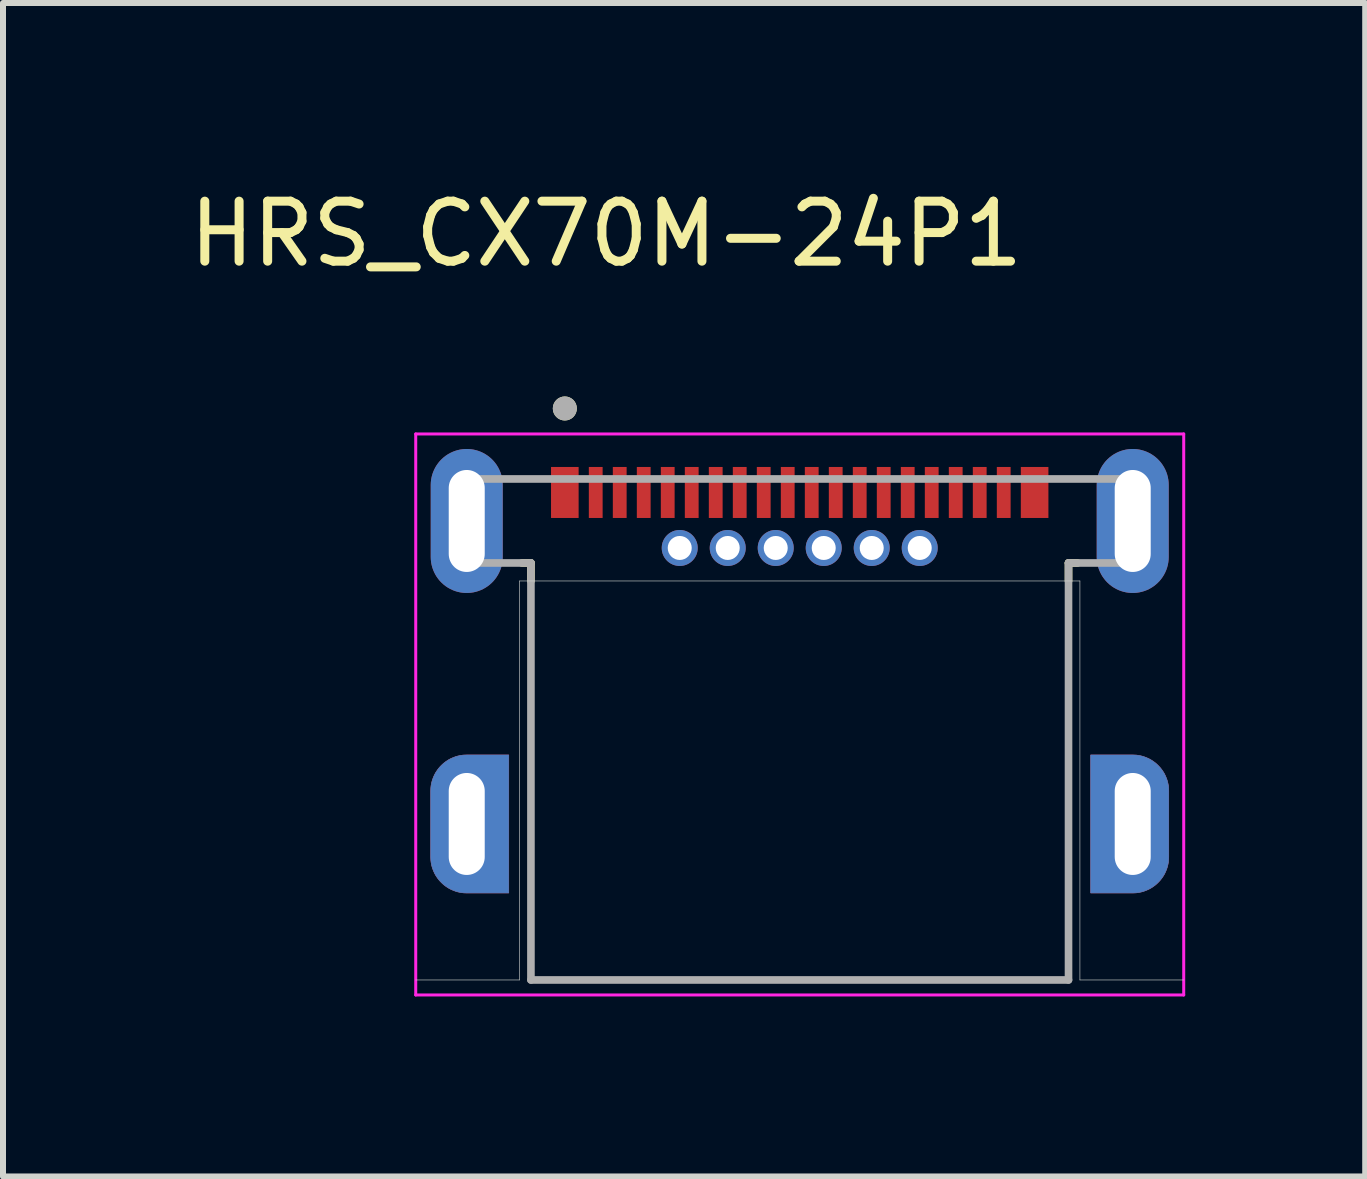
<source format=kicad_pcb>
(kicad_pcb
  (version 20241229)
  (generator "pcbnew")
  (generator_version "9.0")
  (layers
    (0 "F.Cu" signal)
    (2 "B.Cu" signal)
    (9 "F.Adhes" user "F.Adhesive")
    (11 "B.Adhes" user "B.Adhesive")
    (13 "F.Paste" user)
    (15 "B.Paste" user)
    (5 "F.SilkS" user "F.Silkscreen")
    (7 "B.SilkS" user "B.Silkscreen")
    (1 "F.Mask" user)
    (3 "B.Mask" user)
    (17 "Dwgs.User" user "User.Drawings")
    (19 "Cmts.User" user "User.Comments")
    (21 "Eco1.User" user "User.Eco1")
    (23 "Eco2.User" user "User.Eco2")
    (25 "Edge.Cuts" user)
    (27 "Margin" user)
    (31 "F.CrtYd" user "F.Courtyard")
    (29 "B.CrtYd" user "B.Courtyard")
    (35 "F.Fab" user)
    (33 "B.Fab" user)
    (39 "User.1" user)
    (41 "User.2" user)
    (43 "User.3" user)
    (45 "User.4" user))
  (footprint "HRS_CX70M-24P1"
    (layer "F.Cu")
    (at 10.279 10.683)
    (property "Reference" "HRS_CX70M-24P1" (at -3.225 -9.835 0) (layer "F.SilkS") (effects (font (size 1 1) (thickness 0.15))))
    (attr smd)
    (fp_poly (pts (xy -4.85 1.15) (xy -5.55 1.15) (xy -5.581 1.149) (xy -5.613 1.147) (xy -5.644 1.143) (xy -5.675 1.137) (xy -5.705 1.13) (xy -5.735 1.121) (xy -5.765 1.11) (xy -5.794 1.098) (xy -5.822 1.085) (xy -5.85 1.07) (xy -5.877 1.053) (xy -5.903 1.035) (xy -5.928 1.016) (xy -5.951 0.996) (xy -5.974 0.974) (xy -5.996 0.951) (xy -6.016 0.928) (xy -6.035 0.903) (xy -6.053 0.877) (xy -6.07 0.85) (xy -6.085 0.822) (xy -6.098 0.794) (xy -6.11 0.765) (xy -6.121 0.735) (xy -6.13 0.705) (xy -6.137 0.675) (xy -6.143 0.644) (xy -6.147 0.613) (xy -6.149 0.581) (xy -6.15 0.55) (xy -6.15 -0.55) (xy -6.149 -0.581) (xy -6.147 -0.613) (xy -6.143 -0.644) (xy -6.137 -0.675) (xy -6.13 -0.705) (xy -6.121 -0.735) (xy -6.11 -0.765) (xy -6.098 -0.794) (xy -6.085 -0.822) (xy -6.07 -0.85) (xy -6.053 -0.877) (xy -6.035 -0.903) (xy -6.016 -0.928) (xy -5.996 -0.951) (xy -5.974 -0.974) (xy -5.951 -0.996) (xy -5.928 -1.016) (xy -5.903 -1.035) (xy -5.877 -1.053) (xy -5.85 -1.07) (xy -5.822 -1.085) (xy -5.794 -1.098) (xy -5.765 -1.11) (xy -5.735 -1.121) (xy -5.705 -1.13) (xy -5.675 -1.137) (xy -5.644 -1.143) (xy -5.613 -1.147) (xy -5.581 -1.149) (xy -5.55 -1.15) (xy -4.85 -1.15) (xy -4.85 1.15)) (stroke (width 0.01) (type solid)) (fill yes) (layer "F.Cu"))
    (fp_poly (pts (xy 4.85 -1.15) (xy 5.55 -1.15) (xy 5.581 -1.149) (xy 5.613 -1.147) (xy 5.644 -1.143) (xy 5.675 -1.137) (xy 5.705 -1.13) (xy 5.735 -1.121) (xy 5.765 -1.11) (xy 5.794 -1.098) (xy 5.822 -1.085) (xy 5.85 -1.07) (xy 5.877 -1.053) (xy 5.903 -1.035) (xy 5.928 -1.016) (xy 5.951 -0.996) (xy 5.974 -0.974) (xy 5.996 -0.951) (xy 6.016 -0.928) (xy 6.035 -0.903) (xy 6.053 -0.877) (xy 6.07 -0.85) (xy 6.085 -0.822) (xy 6.098 -0.794) (xy 6.11 -0.765) (xy 6.121 -0.735) (xy 6.13 -0.705) (xy 6.137 -0.675) (xy 6.143 -0.644) (xy 6.147 -0.613) (xy 6.149 -0.581) (xy 6.15 -0.55) (xy 6.15 0.55) (xy 6.149 0.581) (xy 6.147 0.613) (xy 6.143 0.644) (xy 6.137 0.675) (xy 6.13 0.705) (xy 6.121 0.735) (xy 6.11 0.765) (xy 6.098 0.794) (xy 6.085 0.822) (xy 6.07 0.85) (xy 6.053 0.877) (xy 6.035 0.903) (xy 6.016 0.928) (xy 5.996 0.951) (xy 5.974 0.974) (xy 5.951 0.996) (xy 5.928 1.016) (xy 5.903 1.035) (xy 5.877 1.053) (xy 5.85 1.07) (xy 5.822 1.085) (xy 5.794 1.098) (xy 5.765 1.11) (xy 5.735 1.121) (xy 5.705 1.13) (xy 5.675 1.137) (xy 5.644 1.143) (xy 5.613 1.147) (xy 5.581 1.149) (xy 5.55 1.15) (xy 4.85 1.15) (xy 4.85 -1.15)) (stroke (width 0.01) (type solid)) (fill yes) (layer "F.Cu"))
    (fp_poly (pts (xy -4.75 1.25) (xy -5.55 1.25) (xy -5.587 1.249) (xy -5.623 1.246) (xy -5.66 1.241) (xy -5.696 1.235) (xy -5.731 1.226) (xy -5.766 1.216) (xy -5.801 1.204) (xy -5.835 1.189) (xy -5.868 1.174) (xy -5.9 1.156) (xy -5.931 1.137) (xy -5.961 1.116) (xy -5.991 1.094) (xy -6.018 1.07) (xy -6.045 1.045) (xy -6.07 1.018) (xy -6.094 0.991) (xy -6.116 0.961) (xy -6.137 0.931) (xy -6.156 0.9) (xy -6.174 0.868) (xy -6.189 0.835) (xy -6.204 0.801) (xy -6.216 0.766) (xy -6.226 0.731) (xy -6.235 0.696) (xy -6.241 0.66) (xy -6.246 0.623) (xy -6.249 0.587) (xy -6.25 0.55) (xy -6.25 -0.55) (xy -6.249 -0.587) (xy -6.246 -0.623) (xy -6.241 -0.66) (xy -6.235 -0.696) (xy -6.226 -0.731) (xy -6.216 -0.766) (xy -6.204 -0.801) (xy -6.189 -0.835) (xy -6.174 -0.868) (xy -6.156 -0.9) (xy -6.137 -0.931) (xy -6.116 -0.961) (xy -6.094 -0.991) (xy -6.07 -1.018) (xy -6.045 -1.045) (xy -6.018 -1.07) (xy -5.991 -1.094) (xy -5.961 -1.116) (xy -5.931 -1.137) (xy -5.9 -1.156) (xy -5.868 -1.174) (xy -5.835 -1.189) (xy -5.801 -1.204) (xy -5.766 -1.216) (xy -5.731 -1.226) (xy -5.696 -1.235) (xy -5.66 -1.241) (xy -5.623 -1.246) (xy -5.587 -1.249) (xy -5.55 -1.25) (xy -4.75 -1.25) (xy -4.75 1.25)) (stroke (width 0.01) (type solid)) (fill yes) (layer "F.Mask"))
    (fp_poly (pts (xy 4.75 -1.25) (xy 5.55 -1.25) (xy 5.587 -1.249) (xy 5.623 -1.246) (xy 5.66 -1.241) (xy 5.696 -1.235) (xy 5.731 -1.226) (xy 5.766 -1.216) (xy 5.801 -1.204) (xy 5.835 -1.189) (xy 5.868 -1.174) (xy 5.9 -1.156) (xy 5.931 -1.137) (xy 5.961 -1.116) (xy 5.991 -1.094) (xy 6.018 -1.07) (xy 6.045 -1.045) (xy 6.07 -1.018) (xy 6.094 -0.991) (xy 6.116 -0.961) (xy 6.137 -0.931) (xy 6.156 -0.9) (xy 6.174 -0.868) (xy 6.189 -0.835) (xy 6.204 -0.801) (xy 6.216 -0.766) (xy 6.226 -0.731) (xy 6.235 -0.696) (xy 6.241 -0.66) (xy 6.246 -0.623) (xy 6.249 -0.587) (xy 6.25 -0.55) (xy 6.25 0.55) (xy 6.249 0.587) (xy 6.246 0.623) (xy 6.241 0.66) (xy 6.235 0.696) (xy 6.226 0.731) (xy 6.216 0.766) (xy 6.204 0.801) (xy 6.189 0.835) (xy 6.174 0.868) (xy 6.156 0.9) (xy 6.137 0.931) (xy 6.116 0.961) (xy 6.094 0.991) (xy 6.07 1.018) (xy 6.045 1.045) (xy 6.018 1.07) (xy 5.991 1.094) (xy 5.961 1.116) (xy 5.931 1.137) (xy 5.9 1.156) (xy 5.868 1.174) (xy 5.835 1.189) (xy 5.801 1.204) (xy 5.766 1.216) (xy 5.731 1.226) (xy 5.696 1.235) (xy 5.66 1.241) (xy 5.623 1.246) (xy 5.587 1.249) (xy 5.55 1.25) (xy 4.75 1.25) (xy 4.75 -1.25)) (stroke (width 0.01) (type solid)) (fill yes) (layer "F.Mask"))
    (fp_poly (pts (xy -4.85 1.15) (xy -5.55 1.15) (xy -5.581 1.149) (xy -5.613 1.147) (xy -5.644 1.143) (xy -5.675 1.137) (xy -5.705 1.13) (xy -5.735 1.121) (xy -5.765 1.11) (xy -5.794 1.098) (xy -5.822 1.085) (xy -5.85 1.07) (xy -5.877 1.053) (xy -5.903 1.035) (xy -5.928 1.016) (xy -5.951 0.996) (xy -5.974 0.974) (xy -5.996 0.951) (xy -6.016 0.928) (xy -6.035 0.903) (xy -6.053 0.877) (xy -6.07 0.85) (xy -6.085 0.822) (xy -6.098 0.794) (xy -6.11 0.765) (xy -6.121 0.735) (xy -6.13 0.705) (xy -6.137 0.675) (xy -6.143 0.644) (xy -6.147 0.613) (xy -6.149 0.581) (xy -6.15 0.55) (xy -6.15 -0.55) (xy -6.149 -0.581) (xy -6.147 -0.613) (xy -6.143 -0.644) (xy -6.137 -0.675) (xy -6.13 -0.705) (xy -6.121 -0.735) (xy -6.11 -0.765) (xy -6.098 -0.794) (xy -6.085 -0.822) (xy -6.07 -0.85) (xy -6.053 -0.877) (xy -6.035 -0.903) (xy -6.016 -0.928) (xy -5.996 -0.951) (xy -5.974 -0.974) (xy -5.951 -0.996) (xy -5.928 -1.016) (xy -5.903 -1.035) (xy -5.877 -1.053) (xy -5.85 -1.07) (xy -5.822 -1.085) (xy -5.794 -1.098) (xy -5.765 -1.11) (xy -5.735 -1.121) (xy -5.705 -1.13) (xy -5.675 -1.137) (xy -5.644 -1.143) (xy -5.613 -1.147) (xy -5.581 -1.149) (xy -5.55 -1.15) (xy -4.85 -1.15) (xy -4.85 1.15)) (stroke (width 0.01) (type solid)) (fill yes) (layer "B.Cu"))
    (fp_poly (pts (xy 4.85 -1.15) (xy 5.55 -1.15) (xy 5.581 -1.149) (xy 5.613 -1.147) (xy 5.644 -1.143) (xy 5.675 -1.137) (xy 5.705 -1.13) (xy 5.735 -1.121) (xy 5.765 -1.11) (xy 5.794 -1.098) (xy 5.822 -1.085) (xy 5.85 -1.07) (xy 5.877 -1.053) (xy 5.903 -1.035) (xy 5.928 -1.016) (xy 5.951 -0.996) (xy 5.974 -0.974) (xy 5.996 -0.951) (xy 6.016 -0.928) (xy 6.035 -0.903) (xy 6.053 -0.877) (xy 6.07 -0.85) (xy 6.085 -0.822) (xy 6.098 -0.794) (xy 6.11 -0.765) (xy 6.121 -0.735) (xy 6.13 -0.705) (xy 6.137 -0.675) (xy 6.143 -0.644) (xy 6.147 -0.613) (xy 6.149 -0.581) (xy 6.15 -0.55) (xy 6.15 0.55) (xy 6.149 0.581) (xy 6.147 0.613) (xy 6.143 0.644) (xy 6.137 0.675) (xy 6.13 0.705) (xy 6.121 0.735) (xy 6.11 0.765) (xy 6.098 0.794) (xy 6.085 0.822) (xy 6.07 0.85) (xy 6.053 0.877) (xy 6.035 0.903) (xy 6.016 0.928) (xy 5.996 0.951) (xy 5.974 0.974) (xy 5.951 0.996) (xy 5.928 1.016) (xy 5.903 1.035) (xy 5.877 1.053) (xy 5.85 1.07) (xy 5.822 1.085) (xy 5.794 1.098) (xy 5.765 1.11) (xy 5.735 1.121) (xy 5.705 1.13) (xy 5.675 1.137) (xy 5.644 1.143) (xy 5.613 1.147) (xy 5.581 1.149) (xy 5.55 1.15) (xy 4.85 1.15) (xy 4.85 -1.15)) (stroke (width 0.01) (type solid)) (fill yes) (layer "B.Cu"))
    (fp_poly (pts (xy -4.75 1.25) (xy -5.55 1.25) (xy -5.587 1.249) (xy -5.623 1.246) (xy -5.66 1.241) (xy -5.696 1.235) (xy -5.731 1.226) (xy -5.766 1.216) (xy -5.801 1.204) (xy -5.835 1.189) (xy -5.868 1.174) (xy -5.9 1.156) (xy -5.931 1.137) (xy -5.961 1.116) (xy -5.991 1.094) (xy -6.018 1.07) (xy -6.045 1.045) (xy -6.07 1.018) (xy -6.094 0.991) (xy -6.116 0.961) (xy -6.137 0.931) (xy -6.156 0.9) (xy -6.174 0.868) (xy -6.189 0.835) (xy -6.204 0.801) (xy -6.216 0.766) (xy -6.226 0.731) (xy -6.235 0.696) (xy -6.241 0.66) (xy -6.246 0.623) (xy -6.249 0.587) (xy -6.25 0.55) (xy -6.25 -0.55) (xy -6.249 -0.587) (xy -6.246 -0.623) (xy -6.241 -0.66) (xy -6.235 -0.696) (xy -6.226 -0.731) (xy -6.216 -0.766) (xy -6.204 -0.801) (xy -6.189 -0.835) (xy -6.174 -0.868) (xy -6.156 -0.9) (xy -6.137 -0.931) (xy -6.116 -0.961) (xy -6.094 -0.991) (xy -6.07 -1.018) (xy -6.045 -1.045) (xy -6.018 -1.07) (xy -5.991 -1.094) (xy -5.961 -1.116) (xy -5.931 -1.137) (xy -5.9 -1.156) (xy -5.868 -1.174) (xy -5.835 -1.189) (xy -5.801 -1.204) (xy -5.766 -1.216) (xy -5.731 -1.226) (xy -5.696 -1.235) (xy -5.66 -1.241) (xy -5.623 -1.246) (xy -5.587 -1.249) (xy -5.55 -1.25) (xy -4.75 -1.25) (xy -4.75 1.25)) (stroke (width 0.01) (type solid)) (fill yes) (layer "B.Mask"))
    (fp_poly (pts (xy 4.75 -1.25) (xy 5.55 -1.25) (xy 5.587 -1.249) (xy 5.623 -1.246) (xy 5.66 -1.241) (xy 5.696 -1.235) (xy 5.731 -1.226) (xy 5.766 -1.216) (xy 5.801 -1.204) (xy 5.835 -1.189) (xy 5.868 -1.174) (xy 5.9 -1.156) (xy 5.931 -1.137) (xy 5.961 -1.116) (xy 5.991 -1.094) (xy 6.018 -1.07) (xy 6.045 -1.045) (xy 6.07 -1.018) (xy 6.094 -0.991) (xy 6.116 -0.961) (xy 6.137 -0.931) (xy 6.156 -0.9) (xy 6.174 -0.868) (xy 6.189 -0.835) (xy 6.204 -0.801) (xy 6.216 -0.766) (xy 6.226 -0.731) (xy 6.235 -0.696) (xy 6.241 -0.66) (xy 6.246 -0.623) (xy 6.249 -0.587) (xy 6.25 -0.55) (xy 6.25 0.55) (xy 6.249 0.587) (xy 6.246 0.623) (xy 6.241 0.66) (xy 6.235 0.696) (xy 6.226 0.731) (xy 6.216 0.766) (xy 6.204 0.801) (xy 6.189 0.835) (xy 6.174 0.868) (xy 6.156 0.9) (xy 6.137 0.931) (xy 6.116 0.961) (xy 6.094 0.991) (xy 6.07 1.018) (xy 6.045 1.045) (xy 6.018 1.07) (xy 5.991 1.094) (xy 5.961 1.116) (xy 5.931 1.137) (xy 5.9 1.156) (xy 5.868 1.174) (xy 5.835 1.189) (xy 5.801 1.204) (xy 5.766 1.216) (xy 5.731 1.226) (xy 5.696 1.235) (xy 5.66 1.241) (xy 5.623 1.246) (xy 5.587 1.249) (xy 5.55 1.25) (xy 4.75 1.25) (xy 4.75 -1.25)) (stroke (width 0.01) (type solid)) (fill yes) (layer "B.Mask"))
    (fp_line (start -4.63 -4.35) (end -4.48 -4.35) (stroke (width 0.127) (type solid)) (layer "F.SilkS"))
    (fp_line (start -4.48 -4.35) (end -4.48 -4.05) (stroke (width 0.127) (type solid)) (layer "F.SilkS"))
    (fp_line (start 4.48 -4.35) (end 4.48 -4.05) (stroke (width 0.127) (type solid)) (layer "F.SilkS"))
    (fp_line (start 4.48 -4.35) (end 4.63 -4.35) (stroke (width 0.127) (type solid)) (layer "F.SilkS"))
    (fp_circle (center -3.915 -6.925) (end -3.815 -6.925) (stroke (width 0.2) (type solid)) (fill no) (layer "F.SilkS"))
    (fp_line (start -6.4 2.6) (end -4.67 2.6) (stroke (width 0.01) (type solid)) (layer "Edge.Cuts"))
    (fp_line (start -4.67 -4.05) (end 4.67 -4.05) (stroke (width 0.01) (type solid)) (layer "Edge.Cuts"))
    (fp_line (start -4.67 2.6) (end -4.67 -4.05) (stroke (width 0.01) (type solid)) (layer "Edge.Cuts"))
    (fp_line (start 4.67 -4.05) (end 4.67 2.6) (stroke (width 0.01) (type solid)) (layer "Edge.Cuts"))
    (fp_line (start 4.67 2.6) (end 6.4 2.6) (stroke (width 0.01) (type solid)) (layer "Edge.Cuts"))
    (fp_line (start -6.4 -6.5) (end -6.4 2.85) (stroke (width 0.05) (type solid)) (layer "F.CrtYd"))
    (fp_line (start -6.4 2.85) (end 6.4 2.85) (stroke (width 0.05) (type solid)) (layer "F.CrtYd"))
    (fp_line (start 6.4 -6.5) (end -6.4 -6.5) (stroke (width 0.05) (type solid)) (layer "F.CrtYd"))
    (fp_line (start 6.4 2.85) (end 6.4 -6.5) (stroke (width 0.05) (type solid)) (layer "F.CrtYd"))
    (fp_line (start -5.7 -5.75) (end -5.7 -4.35) (stroke (width 0.127) (type solid)) (layer "F.Fab"))
    (fp_line (start -5.7 -5.75) (end 5.7 -5.75) (stroke (width 0.127) (type solid)) (layer "F.Fab"))
    (fp_line (start -5.7 -4.35) (end -4.48 -4.35) (stroke (width 0.127) (type solid)) (layer "F.Fab"))
    (fp_line (start -4.48 2.6) (end -4.48 -4.35) (stroke (width 0.127) (type solid)) (layer "F.Fab"))
    (fp_line (start 4.48 -4.35) (end 4.48 2.6) (stroke (width 0.127) (type solid)) (layer "F.Fab"))
    (fp_line (start 4.48 -4.35) (end 5.7 -4.35) (stroke (width 0.127) (type solid)) (layer "F.Fab"))
    (fp_line (start 4.48 2.6) (end -4.48 2.6) (stroke (width 0.127) (type solid)) (layer "F.Fab"))
    (fp_line (start 5.7 -5.75) (end 5.7 -4.35) (stroke (width 0.127) (type solid)) (layer "F.Fab"))
    (fp_circle (center -3.915 -6.925) (end -3.815 -6.925) (stroke (width 0.2) (type solid)) (fill no) (layer "F.Fab"))
    (pad "A1" smd rect (at -2.2 -5.525) (size 0.23 0.85) (layers "F.Cu" "F.Mask" "F.Paste"))
    (pad "A2" smd rect (at -1.8 -5.525) (size 0.23 0.85) (layers "F.Cu" "F.Mask" "F.Paste"))
    (pad "A3" smd rect (at -1.4 -5.525) (size 0.23 0.85) (layers "F.Cu" "F.Mask" "F.Paste"))
    (pad "A4" smd rect (at -1 -5.525) (size 0.23 0.85) (layers "F.Cu" "F.Mask" "F.Paste"))
    (pad "A5" smd rect (at -0.6 -5.525) (size 0.23 0.85) (layers "F.Cu" "F.Mask" "F.Paste"))
    (pad "A6" smd rect (at -0.2 -5.525) (size 0.23 0.85) (layers "F.Cu" "F.Mask" "F.Paste"))
    (pad "A7" smd rect (at 0.2 -5.525) (size 0.23 0.85) (layers "F.Cu" "F.Mask" "F.Paste"))
    (pad "A8" smd rect (at 0.6 -5.525) (size 0.23 0.85) (layers "F.Cu" "F.Mask" "F.Paste"))
    (pad "A9" smd rect (at 1 -5.525) (size 0.23 0.85) (layers "F.Cu" "F.Mask" "F.Paste"))
    (pad "A10" smd rect (at 1.4 -5.525) (size 0.23 0.85) (layers "F.Cu" "F.Mask" "F.Paste"))
    (pad "A11" smd rect (at 1.8 -5.525) (size 0.23 0.85) (layers "F.Cu" "F.Mask" "F.Paste"))
    (pad "A12" smd rect (at 2.2 -5.525) (size 0.23 0.85) (layers "F.Cu" "F.Mask" "F.Paste"))
    (pad "B1" smd rect (at 3.4 -5.525) (size 0.23 0.85) (layers "F.Cu" "F.Mask" "F.Paste"))
    (pad "B2" smd rect (at 3 -5.525) (size 0.23 0.85) (layers "F.Cu" "F.Mask" "F.Paste"))
    (pad "B3" smd rect (at 2.6 -5.525) (size 0.23 0.85) (layers "F.Cu" "F.Mask" "F.Paste"))
    (pad "B4" thru_hole circle (at 2 -4.6) (size 0.6 0.6) (drill 0.4) (layers "*.Cu" "*.Mask"))
    (pad "B5" thru_hole circle (at 1.2 -4.6) (size 0.6 0.6) (drill 0.4) (layers "*.Cu" "*.Mask"))
    (pad "B6" thru_hole circle (at 0.4 -4.6) (size 0.6 0.6) (drill 0.4) (layers "*.Cu" "*.Mask"))
    (pad "B7" thru_hole circle (at -0.4 -4.6) (size 0.6 0.6) (drill 0.4) (layers "*.Cu" "*.Mask"))
    (pad "B8" thru_hole circle (at -1.2 -4.6) (size 0.6 0.6) (drill 0.4) (layers "*.Cu" "*.Mask"))
    (pad "B9" thru_hole circle (at -2 -4.6) (size 0.6 0.6) (drill 0.4) (layers "*.Cu" "*.Mask"))
    (pad "B10" smd rect (at -2.6 -5.525) (size 0.23 0.85) (layers "F.Cu" "F.Mask" "F.Paste"))
    (pad "B11" smd rect (at -3 -5.525) (size 0.23 0.85) (layers "F.Cu" "F.Mask" "F.Paste"))
    (pad "B12" smd rect (at -3.4 -5.525) (size 0.23 0.85) (layers "F.Cu" "F.Mask" "F.Paste"))
    (pad "S1" thru_hole oval (at -5.55 -5.05) (size 1.2 2.4) (drill oval 0.6 1.7) (layers "*.Cu" "*.Mask"))
    (pad "S2" smd rect (at -3.915 -5.525) (size 0.46 0.85) (layers "F.Cu" "F.Mask" "F.Paste"))
    (pad "S3" smd rect (at 3.915 -5.525) (size 0.46 0.85) (layers "F.Cu" "F.Mask" "F.Paste"))
    (pad "S4" thru_hole oval (at 5.55 -5.05) (size 1.2 2.4) (drill oval 0.6 1.7) (layers "*.Cu" "*.Mask"))
    (pad "S5" thru_hole oval (at -5.55 0) (size 1 2) (drill oval 0.6 1.7) (layers "*.Cu"))
    (pad "S6" thru_hole oval (at 5.55 0) (size 1 2) (drill oval 0.6 1.7) (layers "*.Cu")))
  (gr_rect
    (start -3 -3)
    (end 19.704 16.558)
    (stroke (width 0.1) (type default))
    (fill no)
    (layer "Edge.Cuts")))
</source>
